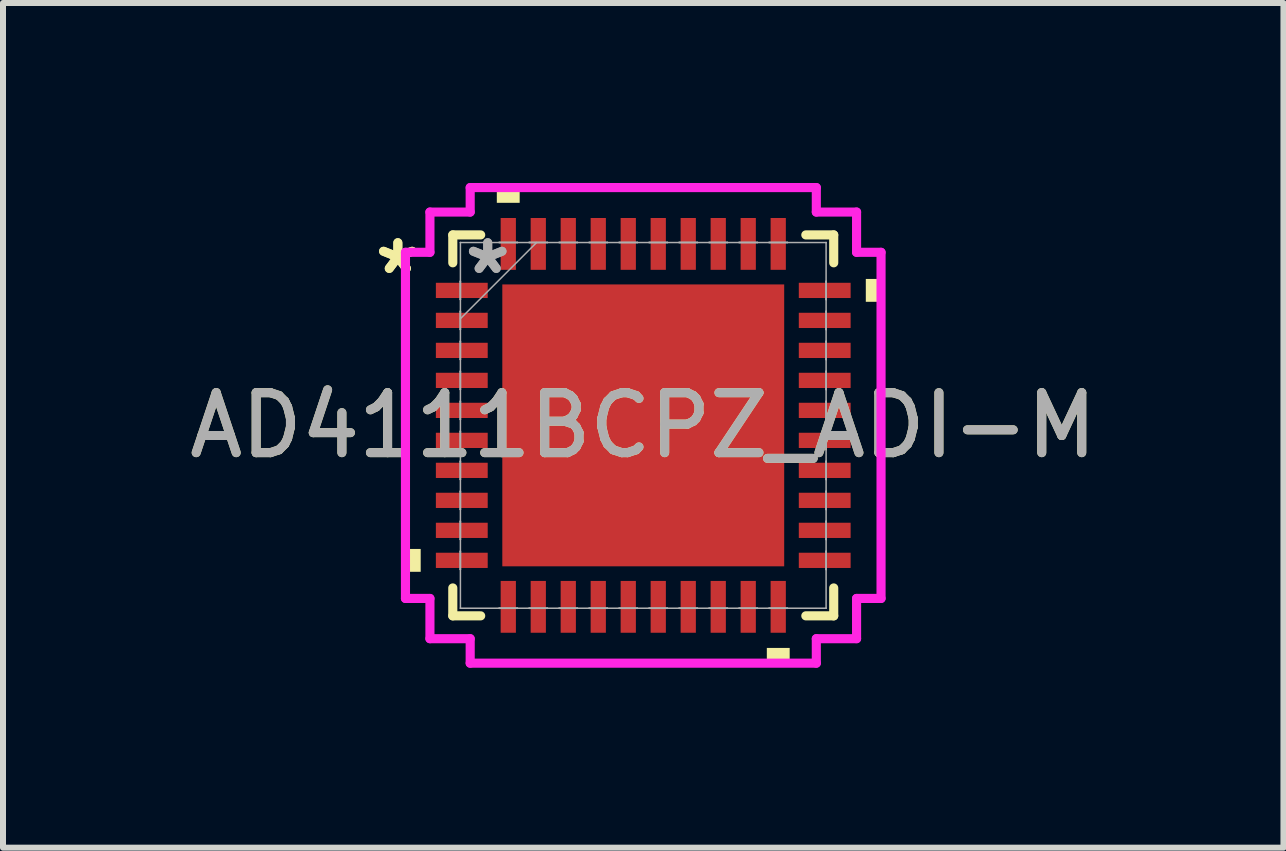
<source format=kicad_pcb>
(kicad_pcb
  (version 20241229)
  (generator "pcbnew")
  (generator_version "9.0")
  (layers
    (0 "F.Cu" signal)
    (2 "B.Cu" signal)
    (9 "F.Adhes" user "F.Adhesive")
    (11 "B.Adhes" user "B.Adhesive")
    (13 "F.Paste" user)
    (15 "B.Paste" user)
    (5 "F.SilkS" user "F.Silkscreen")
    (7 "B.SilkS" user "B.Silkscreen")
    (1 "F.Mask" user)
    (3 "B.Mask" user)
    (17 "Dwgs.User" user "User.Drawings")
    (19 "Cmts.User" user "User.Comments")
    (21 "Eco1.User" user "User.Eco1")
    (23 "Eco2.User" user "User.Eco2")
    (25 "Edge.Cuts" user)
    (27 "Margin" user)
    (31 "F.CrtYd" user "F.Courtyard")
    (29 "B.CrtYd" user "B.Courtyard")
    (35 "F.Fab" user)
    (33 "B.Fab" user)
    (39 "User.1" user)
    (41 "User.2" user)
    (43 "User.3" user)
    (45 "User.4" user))
  (footprint "AD4111BCPZ_ADI-M"
    (layer "F.Cu")
    (at 7.673 4.041)
    (property "Reference" "AD4111BCPZ_ADI-M" (at 0 0 0) (unlocked yes) (layer "F.SilkS") (effects (font (size 1 1) (thickness 0.15))))
    (attr smd)
    (fp_line (start -3.175 -3.175) (end -3.175 -2.71) (stroke (width 0.152) (type solid)) (layer "F.SilkS"))
    (fp_line (start -3.175 2.71) (end -3.175 3.175) (stroke (width 0.152) (type solid)) (layer "F.SilkS"))
    (fp_line (start -3.175 3.175) (end -2.71 3.175) (stroke (width 0.152) (type solid)) (layer "F.SilkS"))
    (fp_line (start -2.71 -3.175) (end -3.175 -3.175) (stroke (width 0.152) (type solid)) (layer "F.SilkS"))
    (fp_line (start 2.71 3.175) (end 3.175 3.175) (stroke (width 0.152) (type solid)) (layer "F.SilkS"))
    (fp_line (start 3.175 -3.175) (end 2.71 -3.175) (stroke (width 0.152) (type solid)) (layer "F.SilkS"))
    (fp_line (start 3.175 -2.71) (end 3.175 -3.175) (stroke (width 0.152) (type solid)) (layer "F.SilkS"))
    (fp_line (start 3.175 3.175) (end 3.175 2.71) (stroke (width 0.152) (type solid)) (layer "F.SilkS"))
    (fp_poly (pts (xy -3.964 2.06) (xy -3.964 2.441) (xy -3.71 2.441) (xy -3.71 2.06)) (stroke (width 0) (type solid)) (fill yes) (layer "F.SilkS"))
    (fp_poly (pts (xy -2.441 -3.71) (xy -2.441 -3.964) (xy -2.06 -3.964) (xy -2.06 -3.71)) (stroke (width 0) (type solid)) (fill yes) (layer "F.SilkS"))
    (fp_poly (pts (xy 2.06 3.71) (xy 2.06 3.964) (xy 2.441 3.964) (xy 2.441 3.71)) (stroke (width 0) (type solid)) (fill yes) (layer "F.SilkS"))
    (fp_poly (pts (xy 3.964 -2.441) (xy 3.964 -2.06) (xy 3.71 -2.06) (xy 3.71 -2.441)) (stroke (width 0) (type solid)) (fill yes) (layer "F.SilkS"))
    (fp_poly (pts (xy -2.249 -2.249) (xy -2.249 -0.883) (xy -0.883 -0.883) (xy -0.883 -2.249)) (stroke (width 0) (type solid)) (fill yes) (layer "F.Paste"))
    (fp_poly (pts (xy -2.249 -0.683) (xy -2.249 0.683) (xy -0.883 0.683) (xy -0.883 -0.683)) (stroke (width 0) (type solid)) (fill yes) (layer "F.Paste"))
    (fp_poly (pts (xy -2.249 0.883) (xy -2.249 2.249) (xy -0.883 2.249) (xy -0.883 0.883)) (stroke (width 0) (type solid)) (fill yes) (layer "F.Paste"))
    (fp_poly (pts (xy -0.683 -2.249) (xy -0.683 -0.883) (xy 0.683 -0.883) (xy 0.683 -2.249)) (stroke (width 0) (type solid)) (fill yes) (layer "F.Paste"))
    (fp_poly (pts (xy -0.683 -0.683) (xy -0.683 0.683) (xy 0.683 0.683) (xy 0.683 -0.683)) (stroke (width 0) (type solid)) (fill yes) (layer "F.Paste"))
    (fp_poly (pts (xy -0.683 0.883) (xy -0.683 2.249) (xy 0.683 2.249) (xy 0.683 0.883)) (stroke (width 0) (type solid)) (fill yes) (layer "F.Paste"))
    (fp_poly (pts (xy 0.883 -2.249) (xy 0.883 -0.883) (xy 2.249 -0.883) (xy 2.249 -2.249)) (stroke (width 0) (type solid)) (fill yes) (layer "F.Paste"))
    (fp_poly (pts (xy 0.883 -0.683) (xy 0.883 0.683) (xy 2.249 0.683) (xy 2.249 -0.683)) (stroke (width 0) (type solid)) (fill yes) (layer "F.Paste"))
    (fp_poly (pts (xy 0.883 0.883) (xy 0.883 2.249) (xy 2.249 2.249) (xy 2.249 0.883)) (stroke (width 0) (type solid)) (fill yes) (layer "F.Paste"))
    (fp_line (start -3.964 -2.885) (end -3.556 -2.885) (stroke (width 0.152) (type solid)) (layer "F.CrtYd"))
    (fp_line (start -3.964 2.885) (end -3.964 -2.885) (stroke (width 0.152) (type solid)) (layer "F.CrtYd"))
    (fp_line (start -3.556 -3.556) (end -2.885 -3.556) (stroke (width 0.152) (type solid)) (layer "F.CrtYd"))
    (fp_line (start -3.556 -2.885) (end -3.556 -3.556) (stroke (width 0.152) (type solid)) (layer "F.CrtYd"))
    (fp_line (start -3.556 2.885) (end -3.964 2.885) (stroke (width 0.152) (type solid)) (layer "F.CrtYd"))
    (fp_line (start -3.556 3.556) (end -3.556 2.885) (stroke (width 0.152) (type solid)) (layer "F.CrtYd"))
    (fp_line (start -2.885 -3.964) (end 2.885 -3.964) (stroke (width 0.152) (type solid)) (layer "F.CrtYd"))
    (fp_line (start -2.885 -3.556) (end -2.885 -3.964) (stroke (width 0.152) (type solid)) (layer "F.CrtYd"))
    (fp_line (start -2.885 3.556) (end -3.556 3.556) (stroke (width 0.152) (type solid)) (layer "F.CrtYd"))
    (fp_line (start -2.885 3.964) (end -2.885 3.556) (stroke (width 0.152) (type solid)) (layer "F.CrtYd"))
    (fp_line (start 2.885 -3.964) (end 2.885 -3.556) (stroke (width 0.152) (type solid)) (layer "F.CrtYd"))
    (fp_line (start 2.885 -3.556) (end 3.556 -3.556) (stroke (width 0.152) (type solid)) (layer "F.CrtYd"))
    (fp_line (start 2.885 3.556) (end 2.885 3.964) (stroke (width 0.152) (type solid)) (layer "F.CrtYd"))
    (fp_line (start 2.885 3.964) (end -2.885 3.964) (stroke (width 0.152) (type solid)) (layer "F.CrtYd"))
    (fp_line (start 3.556 -3.556) (end 3.556 -2.885) (stroke (width 0.152) (type solid)) (layer "F.CrtYd"))
    (fp_line (start 3.556 -2.885) (end 3.964 -2.885) (stroke (width 0.152) (type solid)) (layer "F.CrtYd"))
    (fp_line (start 3.556 2.885) (end 3.556 3.556) (stroke (width 0.152) (type solid)) (layer "F.CrtYd"))
    (fp_line (start 3.556 3.556) (end 2.885 3.556) (stroke (width 0.152) (type solid)) (layer "F.CrtYd"))
    (fp_line (start 3.964 -2.885) (end 3.964 2.885) (stroke (width 0.152) (type solid)) (layer "F.CrtYd"))
    (fp_line (start 3.964 2.885) (end 3.556 2.885) (stroke (width 0.152) (type solid)) (layer "F.CrtYd"))
    (fp_line (start -3.05 -2.402) (end -3.05 -2.098) (stroke (width 0.025) (type solid)) (layer "F.Fab"))
    (fp_line (start -3.05 -2.098) (end -3.048 -2.098) (stroke (width 0.025) (type solid)) (layer "F.Fab"))
    (fp_line (start -3.05 -1.902) (end -3.05 -1.598) (stroke (width 0.025) (type solid)) (layer "F.Fab"))
    (fp_line (start -3.05 -1.598) (end -3.048 -1.598) (stroke (width 0.025) (type solid)) (layer "F.Fab"))
    (fp_line (start -3.05 -1.402) (end -3.05 -1.098) (stroke (width 0.025) (type solid)) (layer "F.Fab"))
    (fp_line (start -3.05 -1.098) (end -3.048 -1.098) (stroke (width 0.025) (type solid)) (layer "F.Fab"))
    (fp_line (start -3.05 -0.902) (end -3.05 -0.598) (stroke (width 0.025) (type solid)) (layer "F.Fab"))
    (fp_line (start -3.05 -0.598) (end -3.048 -0.598) (stroke (width 0.025) (type solid)) (layer "F.Fab"))
    (fp_line (start -3.05 -0.402) (end -3.05 -0.098) (stroke (width 0.025) (type solid)) (layer "F.Fab"))
    (fp_line (start -3.05 -0.098) (end -3.048 -0.098) (stroke (width 0.025) (type solid)) (layer "F.Fab"))
    (fp_line (start -3.05 0.098) (end -3.05 0.402) (stroke (width 0.025) (type solid)) (layer "F.Fab"))
    (fp_line (start -3.05 0.402) (end -3.048 0.402) (stroke (width 0.025) (type solid)) (layer "F.Fab"))
    (fp_line (start -3.05 0.598) (end -3.05 0.902) (stroke (width 0.025) (type solid)) (layer "F.Fab"))
    (fp_line (start -3.05 0.902) (end -3.048 0.902) (stroke (width 0.025) (type solid)) (layer "F.Fab"))
    (fp_line (start -3.05 1.098) (end -3.05 1.402) (stroke (width 0.025) (type solid)) (layer "F.Fab"))
    (fp_line (start -3.05 1.402) (end -3.048 1.402) (stroke (width 0.025) (type solid)) (layer "F.Fab"))
    (fp_line (start -3.05 1.598) (end -3.05 1.902) (stroke (width 0.025) (type solid)) (layer "F.Fab"))
    (fp_line (start -3.05 1.902) (end -3.048 1.902) (stroke (width 0.025) (type solid)) (layer "F.Fab"))
    (fp_line (start -3.05 2.098) (end -3.05 2.402) (stroke (width 0.025) (type solid)) (layer "F.Fab"))
    (fp_line (start -3.05 2.402) (end -3.048 2.402) (stroke (width 0.025) (type solid)) (layer "F.Fab"))
    (fp_line (start -3.048 -3.048) (end -3.048 -3.048) (stroke (width 0.025) (type solid)) (layer "F.Fab"))
    (fp_line (start -3.048 -3.048) (end -3.048 3.048) (stroke (width 0.025) (type solid)) (layer "F.Fab"))
    (fp_line (start -3.048 -2.402) (end -3.05 -2.402) (stroke (width 0.025) (type solid)) (layer "F.Fab"))
    (fp_line (start -3.048 -2.098) (end -3.048 -2.402) (stroke (width 0.025) (type solid)) (layer "F.Fab"))
    (fp_line (start -3.048 -1.902) (end -3.05 -1.902) (stroke (width 0.025) (type solid)) (layer "F.Fab"))
    (fp_line (start -3.048 -1.778) (end -1.778 -3.048) (stroke (width 0.025) (type solid)) (layer "F.Fab"))
    (fp_line (start -3.048 -1.598) (end -3.048 -1.902) (stroke (width 0.025) (type solid)) (layer "F.Fab"))
    (fp_line (start -3.048 -1.402) (end -3.05 -1.402) (stroke (width 0.025) (type solid)) (layer "F.Fab"))
    (fp_line (start -3.048 -1.098) (end -3.048 -1.402) (stroke (width 0.025) (type solid)) (layer "F.Fab"))
    (fp_line (start -3.048 -0.902) (end -3.05 -0.902) (stroke (width 0.025) (type solid)) (layer "F.Fab"))
    (fp_line (start -3.048 -0.598) (end -3.048 -0.902) (stroke (width 0.025) (type solid)) (layer "F.Fab"))
    (fp_line (start -3.048 -0.402) (end -3.05 -0.402) (stroke (width 0.025) (type solid)) (layer "F.Fab"))
    (fp_line (start -3.048 -0.098) (end -3.048 -0.402) (stroke (width 0.025) (type solid)) (layer "F.Fab"))
    (fp_line (start -3.048 0.098) (end -3.05 0.098) (stroke (width 0.025) (type solid)) (layer "F.Fab"))
    (fp_line (start -3.048 0.402) (end -3.048 0.098) (stroke (width 0.025) (type solid)) (layer "F.Fab"))
    (fp_line (start -3.048 0.598) (end -3.05 0.598) (stroke (width 0.025) (type solid)) (layer "F.Fab"))
    (fp_line (start -3.048 0.902) (end -3.048 0.598) (stroke (width 0.025) (type solid)) (layer "F.Fab"))
    (fp_line (start -3.048 1.098) (end -3.05 1.098) (stroke (width 0.025) (type solid)) (layer "F.Fab"))
    (fp_line (start -3.048 1.402) (end -3.048 1.098) (stroke (width 0.025) (type solid)) (layer "F.Fab"))
    (fp_line (start -3.048 1.598) (end -3.05 1.598) (stroke (width 0.025) (type solid)) (layer "F.Fab"))
    (fp_line (start -3.048 1.902) (end -3.048 1.598) (stroke (width 0.025) (type solid)) (layer "F.Fab"))
    (fp_line (start -3.048 2.098) (end -3.05 2.098) (stroke (width 0.025) (type solid)) (layer "F.Fab"))
    (fp_line (start -3.048 2.402) (end -3.048 2.098) (stroke (width 0.025) (type solid)) (layer "F.Fab"))
    (fp_line (start -3.048 3.048) (end -3.048 3.048) (stroke (width 0.025) (type solid)) (layer "F.Fab"))
    (fp_line (start -3.048 3.048) (end 3.048 3.048) (stroke (width 0.025) (type solid)) (layer "F.Fab"))
    (fp_line (start -2.402 -3.05) (end -2.402 -3.048) (stroke (width 0.025) (type solid)) (layer "F.Fab"))
    (fp_line (start -2.402 -3.048) (end -2.098 -3.048) (stroke (width 0.025) (type solid)) (layer "F.Fab"))
    (fp_line (start -2.402 3.048) (end -2.402 3.05) (stroke (width 0.025) (type solid)) (layer "F.Fab"))
    (fp_line (start -2.402 3.05) (end -2.098 3.05) (stroke (width 0.025) (type solid)) (layer "F.Fab"))
    (fp_line (start -2.098 -3.05) (end -2.402 -3.05) (stroke (width 0.025) (type solid)) (layer "F.Fab"))
    (fp_line (start -2.098 -3.048) (end -2.098 -3.05) (stroke (width 0.025) (type solid)) (layer "F.Fab"))
    (fp_line (start -2.098 3.048) (end -2.402 3.048) (stroke (width 0.025) (type solid)) (layer "F.Fab"))
    (fp_line (start -2.098 3.05) (end -2.098 3.048) (stroke (width 0.025) (type solid)) (layer "F.Fab"))
    (fp_line (start -1.902 -3.05) (end -1.902 -3.048) (stroke (width 0.025) (type solid)) (layer "F.Fab"))
    (fp_line (start -1.902 -3.048) (end -1.598 -3.048) (stroke (width 0.025) (type solid)) (layer "F.Fab"))
    (fp_line (start -1.902 3.048) (end -1.902 3.05) (stroke (width 0.025) (type solid)) (layer "F.Fab"))
    (fp_line (start -1.902 3.05) (end -1.598 3.05) (stroke (width 0.025) (type solid)) (layer "F.Fab"))
    (fp_line (start -1.598 -3.05) (end -1.902 -3.05) (stroke (width 0.025) (type solid)) (layer "F.Fab"))
    (fp_line (start -1.598 -3.048) (end -1.598 -3.05) (stroke (width 0.025) (type solid)) (layer "F.Fab"))
    (fp_line (start -1.598 3.048) (end -1.902 3.048) (stroke (width 0.025) (type solid)) (layer "F.Fab"))
    (fp_line (start -1.598 3.05) (end -1.598 3.048) (stroke (width 0.025) (type solid)) (layer "F.Fab"))
    (fp_line (start -1.402 -3.05) (end -1.402 -3.048) (stroke (width 0.025) (type solid)) (layer "F.Fab"))
    (fp_line (start -1.402 -3.048) (end -1.098 -3.048) (stroke (width 0.025) (type solid)) (layer "F.Fab"))
    (fp_line (start -1.402 3.048) (end -1.402 3.05) (stroke (width 0.025) (type solid)) (layer "F.Fab"))
    (fp_line (start -1.402 3.05) (end -1.098 3.05) (stroke (width 0.025) (type solid)) (layer "F.Fab"))
    (fp_line (start -1.098 -3.05) (end -1.402 -3.05) (stroke (width 0.025) (type solid)) (layer "F.Fab"))
    (fp_line (start -1.098 -3.048) (end -1.098 -3.05) (stroke (width 0.025) (type solid)) (layer "F.Fab"))
    (fp_line (start -1.098 3.048) (end -1.402 3.048) (stroke (width 0.025) (type solid)) (layer "F.Fab"))
    (fp_line (start -1.098 3.05) (end -1.098 3.048) (stroke (width 0.025) (type solid)) (layer "F.Fab"))
    (fp_line (start -0.902 -3.05) (end -0.902 -3.048) (stroke (width 0.025) (type solid)) (layer "F.Fab"))
    (fp_line (start -0.902 -3.048) (end -0.598 -3.048) (stroke (width 0.025) (type solid)) (layer "F.Fab"))
    (fp_line (start -0.902 3.048) (end -0.902 3.05) (stroke (width 0.025) (type solid)) (layer "F.Fab"))
    (fp_line (start -0.902 3.05) (end -0.598 3.05) (stroke (width 0.025) (type solid)) (layer "F.Fab"))
    (fp_line (start -0.598 -3.05) (end -0.902 -3.05) (stroke (width 0.025) (type solid)) (layer "F.Fab"))
    (fp_line (start -0.598 -3.048) (end -0.598 -3.05) (stroke (width 0.025) (type solid)) (layer "F.Fab"))
    (fp_line (start -0.598 3.048) (end -0.902 3.048) (stroke (width 0.025) (type solid)) (layer "F.Fab"))
    (fp_line (start -0.598 3.05) (end -0.598 3.048) (stroke (width 0.025) (type solid)) (layer "F.Fab"))
    (fp_line (start -0.402 -3.05) (end -0.402 -3.048) (stroke (width 0.025) (type solid)) (layer "F.Fab"))
    (fp_line (start -0.402 -3.048) (end -0.098 -3.048) (stroke (width 0.025) (type solid)) (layer "F.Fab"))
    (fp_line (start -0.402 3.048) (end -0.402 3.05) (stroke (width 0.025) (type solid)) (layer "F.Fab"))
    (fp_line (start -0.402 3.05) (end -0.098 3.05) (stroke (width 0.025) (type solid)) (layer "F.Fab"))
    (fp_line (start -0.098 -3.05) (end -0.402 -3.05) (stroke (width 0.025) (type solid)) (layer "F.Fab"))
    (fp_line (start -0.098 -3.048) (end -0.098 -3.05) (stroke (width 0.025) (type solid)) (layer "F.Fab"))
    (fp_line (start -0.098 3.048) (end -0.402 3.048) (stroke (width 0.025) (type solid)) (layer "F.Fab"))
    (fp_line (start -0.098 3.05) (end -0.098 3.048) (stroke (width 0.025) (type solid)) (layer "F.Fab"))
    (fp_line (start 0.098 -3.05) (end 0.098 -3.048) (stroke (width 0.025) (type solid)) (layer "F.Fab"))
    (fp_line (start 0.098 -3.048) (end 0.402 -3.048) (stroke (width 0.025) (type solid)) (layer "F.Fab"))
    (fp_line (start 0.098 3.048) (end 0.098 3.05) (stroke (width 0.025) (type solid)) (layer "F.Fab"))
    (fp_line (start 0.098 3.05) (end 0.402 3.05) (stroke (width 0.025) (type solid)) (layer "F.Fab"))
    (fp_line (start 0.402 -3.05) (end 0.098 -3.05) (stroke (width 0.025) (type solid)) (layer "F.Fab"))
    (fp_line (start 0.402 -3.048) (end 0.402 -3.05) (stroke (width 0.025) (type solid)) (layer "F.Fab"))
    (fp_line (start 0.402 3.048) (end 0.098 3.048) (stroke (width 0.025) (type solid)) (layer "F.Fab"))
    (fp_line (start 0.402 3.05) (end 0.402 3.048) (stroke (width 0.025) (type solid)) (layer "F.Fab"))
    (fp_line (start 0.598 -3.05) (end 0.598 -3.048) (stroke (width 0.025) (type solid)) (layer "F.Fab"))
    (fp_line (start 0.598 -3.048) (end 0.902 -3.048) (stroke (width 0.025) (type solid)) (layer "F.Fab"))
    (fp_line (start 0.598 3.048) (end 0.598 3.05) (stroke (width 0.025) (type solid)) (layer "F.Fab"))
    (fp_line (start 0.598 3.05) (end 0.902 3.05) (stroke (width 0.025) (type solid)) (layer "F.Fab"))
    (fp_line (start 0.902 -3.05) (end 0.598 -3.05) (stroke (width 0.025) (type solid)) (layer "F.Fab"))
    (fp_line (start 0.902 -3.048) (end 0.902 -3.05) (stroke (width 0.025) (type solid)) (layer "F.Fab"))
    (fp_line (start 0.902 3.048) (end 0.598 3.048) (stroke (width 0.025) (type solid)) (layer "F.Fab"))
    (fp_line (start 0.902 3.05) (end 0.902 3.048) (stroke (width 0.025) (type solid)) (layer "F.Fab"))
    (fp_line (start 1.098 -3.05) (end 1.098 -3.048) (stroke (width 0.025) (type solid)) (layer "F.Fab"))
    (fp_line (start 1.098 -3.048) (end 1.402 -3.048) (stroke (width 0.025) (type solid)) (layer "F.Fab"))
    (fp_line (start 1.098 3.048) (end 1.098 3.05) (stroke (width 0.025) (type solid)) (layer "F.Fab"))
    (fp_line (start 1.098 3.05) (end 1.402 3.05) (stroke (width 0.025) (type solid)) (layer "F.Fab"))
    (fp_line (start 1.402 -3.05) (end 1.098 -3.05) (stroke (width 0.025) (type solid)) (layer "F.Fab"))
    (fp_line (start 1.402 -3.048) (end 1.402 -3.05) (stroke (width 0.025) (type solid)) (layer "F.Fab"))
    (fp_line (start 1.402 3.048) (end 1.098 3.048) (stroke (width 0.025) (type solid)) (layer "F.Fab"))
    (fp_line (start 1.402 3.05) (end 1.402 3.048) (stroke (width 0.025) (type solid)) (layer "F.Fab"))
    (fp_line (start 1.598 -3.05) (end 1.598 -3.048) (stroke (width 0.025) (type solid)) (layer "F.Fab"))
    (fp_line (start 1.598 -3.048) (end 1.902 -3.048) (stroke (width 0.025) (type solid)) (layer "F.Fab"))
    (fp_line (start 1.598 3.048) (end 1.598 3.05) (stroke (width 0.025) (type solid)) (layer "F.Fab"))
    (fp_line (start 1.598 3.05) (end 1.902 3.05) (stroke (width 0.025) (type solid)) (layer "F.Fab"))
    (fp_line (start 1.902 -3.05) (end 1.598 -3.05) (stroke (width 0.025) (type solid)) (layer "F.Fab"))
    (fp_line (start 1.902 -3.048) (end 1.902 -3.05) (stroke (width 0.025) (type solid)) (layer "F.Fab"))
    (fp_line (start 1.902 3.048) (end 1.598 3.048) (stroke (width 0.025) (type solid)) (layer "F.Fab"))
    (fp_line (start 1.902 3.05) (end 1.902 3.048) (stroke (width 0.025) (type solid)) (layer "F.Fab"))
    (fp_line (start 2.098 -3.05) (end 2.098 -3.048) (stroke (width 0.025) (type solid)) (layer "F.Fab"))
    (fp_line (start 2.098 -3.048) (end 2.402 -3.048) (stroke (width 0.025) (type solid)) (layer "F.Fab"))
    (fp_line (start 2.098 3.048) (end 2.098 3.05) (stroke (width 0.025) (type solid)) (layer "F.Fab"))
    (fp_line (start 2.098 3.05) (end 2.402 3.05) (stroke (width 0.025) (type solid)) (layer "F.Fab"))
    (fp_line (start 2.402 -3.05) (end 2.098 -3.05) (stroke (width 0.025) (type solid)) (layer "F.Fab"))
    (fp_line (start 2.402 -3.048) (end 2.402 -3.05) (stroke (width 0.025) (type solid)) (layer "F.Fab"))
    (fp_line (start 2.402 3.048) (end 2.098 3.048) (stroke (width 0.025) (type solid)) (layer "F.Fab"))
    (fp_line (start 2.402 3.05) (end 2.402 3.048) (stroke (width 0.025) (type solid)) (layer "F.Fab"))
    (fp_line (start 3.048 -3.048) (end -3.048 -3.048) (stroke (width 0.025) (type solid)) (layer "F.Fab"))
    (fp_line (start 3.048 -3.048) (end 3.048 -3.048) (stroke (width 0.025) (type solid)) (layer "F.Fab"))
    (fp_line (start 3.048 -2.402) (end 3.048 -2.098) (stroke (width 0.025) (type solid)) (layer "F.Fab"))
    (fp_line (start 3.048 -2.098) (end 3.05 -2.098) (stroke (width 0.025) (type solid)) (layer "F.Fab"))
    (fp_line (start 3.048 -1.902) (end 3.048 -1.598) (stroke (width 0.025) (type solid)) (layer "F.Fab"))
    (fp_line (start 3.048 -1.598) (end 3.05 -1.598) (stroke (width 0.025) (type solid)) (layer "F.Fab"))
    (fp_line (start 3.048 -1.402) (end 3.048 -1.098) (stroke (width 0.025) (type solid)) (layer "F.Fab"))
    (fp_line (start 3.048 -1.098) (end 3.05 -1.098) (stroke (width 0.025) (type solid)) (layer "F.Fab"))
    (fp_line (start 3.048 -0.902) (end 3.048 -0.598) (stroke (width 0.025) (type solid)) (layer "F.Fab"))
    (fp_line (start 3.048 -0.598) (end 3.05 -0.598) (stroke (width 0.025) (type solid)) (layer "F.Fab"))
    (fp_line (start 3.048 -0.402) (end 3.048 -0.098) (stroke (width 0.025) (type solid)) (layer "F.Fab"))
    (fp_line (start 3.048 -0.098) (end 3.05 -0.098) (stroke (width 0.025) (type solid)) (layer "F.Fab"))
    (fp_line (start 3.048 0.098) (end 3.048 0.402) (stroke (width 0.025) (type solid)) (layer "F.Fab"))
    (fp_line (start 3.048 0.402) (end 3.05 0.402) (stroke (width 0.025) (type solid)) (layer "F.Fab"))
    (fp_line (start 3.048 0.598) (end 3.048 0.902) (stroke (width 0.025) (type solid)) (layer "F.Fab"))
    (fp_line (start 3.048 0.902) (end 3.05 0.902) (stroke (width 0.025) (type solid)) (layer "F.Fab"))
    (fp_line (start 3.048 1.098) (end 3.048 1.402) (stroke (width 0.025) (type solid)) (layer "F.Fab"))
    (fp_line (start 3.048 1.402) (end 3.05 1.402) (stroke (width 0.025) (type solid)) (layer "F.Fab"))
    (fp_line (start 3.048 1.598) (end 3.048 1.902) (stroke (width 0.025) (type solid)) (layer "F.Fab"))
    (fp_line (start 3.048 1.902) (end 3.05 1.902) (stroke (width 0.025) (type solid)) (layer "F.Fab"))
    (fp_line (start 3.048 2.098) (end 3.048 2.402) (stroke (width 0.025) (type solid)) (layer "F.Fab"))
    (fp_line (start 3.048 2.402) (end 3.05 2.402) (stroke (width 0.025) (type solid)) (layer "F.Fab"))
    (fp_line (start 3.048 3.048) (end 3.048 -3.048) (stroke (width 0.025) (type solid)) (layer "F.Fab"))
    (fp_line (start 3.048 3.048) (end 3.048 3.048) (stroke (width 0.025) (type solid)) (layer "F.Fab"))
    (fp_line (start 3.05 -2.402) (end 3.048 -2.402) (stroke (width 0.025) (type solid)) (layer "F.Fab"))
    (fp_line (start 3.05 -2.098) (end 3.05 -2.402) (stroke (width 0.025) (type solid)) (layer "F.Fab"))
    (fp_line (start 3.05 -1.902) (end 3.048 -1.902) (stroke (width 0.025) (type solid)) (layer "F.Fab"))
    (fp_line (start 3.05 -1.598) (end 3.05 -1.902) (stroke (width 0.025) (type solid)) (layer "F.Fab"))
    (fp_line (start 3.05 -1.402) (end 3.048 -1.402) (stroke (width 0.025) (type solid)) (layer "F.Fab"))
    (fp_line (start 3.05 -1.098) (end 3.05 -1.402) (stroke (width 0.025) (type solid)) (layer "F.Fab"))
    (fp_line (start 3.05 -0.902) (end 3.048 -0.902) (stroke (width 0.025) (type solid)) (layer "F.Fab"))
    (fp_line (start 3.05 -0.598) (end 3.05 -0.902) (stroke (width 0.025) (type solid)) (layer "F.Fab"))
    (fp_line (start 3.05 -0.402) (end 3.048 -0.402) (stroke (width 0.025) (type solid)) (layer "F.Fab"))
    (fp_line (start 3.05 -0.098) (end 3.05 -0.402) (stroke (width 0.025) (type solid)) (layer "F.Fab"))
    (fp_line (start 3.05 0.098) (end 3.048 0.098) (stroke (width 0.025) (type solid)) (layer "F.Fab"))
    (fp_line (start 3.05 0.402) (end 3.05 0.098) (stroke (width 0.025) (type solid)) (layer "F.Fab"))
    (fp_line (start 3.05 0.598) (end 3.048 0.598) (stroke (width 0.025) (type solid)) (layer "F.Fab"))
    (fp_line (start 3.05 0.902) (end 3.05 0.598) (stroke (width 0.025) (type solid)) (layer "F.Fab"))
    (fp_line (start 3.05 1.098) (end 3.048 1.098) (stroke (width 0.025) (type solid)) (layer "F.Fab"))
    (fp_line (start 3.05 1.402) (end 3.05 1.098) (stroke (width 0.025) (type solid)) (layer "F.Fab"))
    (fp_line (start 3.05 1.598) (end 3.048 1.598) (stroke (width 0.025) (type solid)) (layer "F.Fab"))
    (fp_line (start 3.05 1.902) (end 3.05 1.598) (stroke (width 0.025) (type solid)) (layer "F.Fab"))
    (fp_line (start 3.05 2.098) (end 3.048 2.098) (stroke (width 0.025) (type solid)) (layer "F.Fab"))
    (fp_line (start 3.05 2.402) (end 3.05 2.098) (stroke (width 0.025) (type solid)) (layer "F.Fab"))
    (fp_text user "*" (at -4.091 -2.5 0) (unlocked yes) (layer "F.SilkS") (effects (font (size 1 1) (thickness 0.15))))
    (fp_text user "*" (at -4.091 -2.5 0) (layer "F.SilkS") (effects (font (size 1 1) (thickness 0.15))))
    (fp_text user "${REFERENCE}" (at 0 0 0) (unlocked yes) (layer "F.Fab") (effects (font (size 1 1) (thickness 0.15))))
    (fp_text user "*" (at -2.593 -2.5 0) (layer "F.Fab") (effects (font (size 1 1) (thickness 0.15))))
    (fp_text user "*" (at -2.593 -2.5 0) (unlocked yes) (layer "F.Fab") (effects (font (size 1 1) (thickness 0.15))))
    (pad "1" smd rect (at -3.025 -2.25 90) (size 0.254 0.864) (layers "F.Cu" "F.Mask" "F.Paste"))
    (pad "2" smd rect (at -3.025 -1.75 90) (size 0.254 0.864) (layers "F.Cu" "F.Mask" "F.Paste"))
    (pad "3" smd rect (at -3.025 -1.25 90) (size 0.254 0.864) (layers "F.Cu" "F.Mask" "F.Paste"))
    (pad "4" smd rect (at -3.025 -0.75 90) (size 0.254 0.864) (layers "F.Cu" "F.Mask" "F.Paste"))
    (pad "5" smd rect (at -3.025 -0.25 90) (size 0.254 0.864) (layers "F.Cu" "F.Mask" "F.Paste"))
    (pad "6" smd rect (at -3.025 0.25 90) (size 0.254 0.864) (layers "F.Cu" "F.Mask" "F.Paste"))
    (pad "7" smd rect (at -3.025 0.75 90) (size 0.254 0.864) (layers "F.Cu" "F.Mask" "F.Paste"))
    (pad "8" smd rect (at -3.025 1.25 90) (size 0.254 0.864) (layers "F.Cu" "F.Mask" "F.Paste"))
    (pad "9" smd rect (at -3.025 1.75 90) (size 0.254 0.864) (layers "F.Cu" "F.Mask" "F.Paste"))
    (pad "10" smd rect (at -3.025 2.25 90) (size 0.254 0.864) (layers "F.Cu" "F.Mask" "F.Paste"))
    (pad "11" smd rect (at -2.25 3.025) (size 0.254 0.864) (layers "F.Cu" "F.Mask" "F.Paste"))
    (pad "12" smd rect (at -1.75 3.025) (size 0.254 0.864) (layers "F.Cu" "F.Mask" "F.Paste"))
    (pad "13" smd rect (at -1.25 3.025) (size 0.254 0.864) (layers "F.Cu" "F.Mask" "F.Paste"))
    (pad "14" smd rect (at -0.75 3.025) (size 0.254 0.864) (layers "F.Cu" "F.Mask" "F.Paste"))
    (pad "15" smd rect (at -0.25 3.025) (size 0.254 0.864) (layers "F.Cu" "F.Mask" "F.Paste"))
    (pad "16" smd rect (at 0.25 3.025) (size 0.254 0.864) (layers "F.Cu" "F.Mask" "F.Paste"))
    (pad "17" smd rect (at 0.75 3.025) (size 0.254 0.864) (layers "F.Cu" "F.Mask" "F.Paste"))
    (pad "18" smd rect (at 1.25 3.025) (size 0.254 0.864) (layers "F.Cu" "F.Mask" "F.Paste"))
    (pad "19" smd rect (at 1.75 3.025) (size 0.254 0.864) (layers "F.Cu" "F.Mask" "F.Paste"))
    (pad "20" smd rect (at 2.25 3.025) (size 0.254 0.864) (layers "F.Cu" "F.Mask" "F.Paste"))
    (pad "21" smd rect (at 3.025 2.25 90) (size 0.254 0.864) (layers "F.Cu" "F.Mask" "F.Paste"))
    (pad "22" smd rect (at 3.025 1.75 90) (size 0.254 0.864) (layers "F.Cu" "F.Mask" "F.Paste"))
    (pad "23" smd rect (at 3.025 1.25 90) (size 0.254 0.864) (layers "F.Cu" "F.Mask" "F.Paste"))
    (pad "24" smd rect (at 3.025 0.75 90) (size 0.254 0.864) (layers "F.Cu" "F.Mask" "F.Paste"))
    (pad "25" smd rect (at 3.025 0.25 90) (size 0.254 0.864) (layers "F.Cu" "F.Mask" "F.Paste"))
    (pad "26" smd rect (at 3.025 -0.25 90) (size 0.254 0.864) (layers "F.Cu" "F.Mask" "F.Paste"))
    (pad "27" smd rect (at 3.025 -0.75 90) (size 0.254 0.864) (layers "F.Cu" "F.Mask" "F.Paste"))
    (pad "28" smd rect (at 3.025 -1.25 90) (size 0.254 0.864) (layers "F.Cu" "F.Mask" "F.Paste"))
    (pad "29" smd rect (at 3.025 -1.75 90) (size 0.254 0.864) (layers "F.Cu" "F.Mask" "F.Paste"))
    (pad "30" smd rect (at 3.025 -2.25 90) (size 0.254 0.864) (layers "F.Cu" "F.Mask" "F.Paste"))
    (pad "31" smd rect (at 2.25 -3.025) (size 0.254 0.864) (layers "F.Cu" "F.Mask" "F.Paste"))
    (pad "32" smd rect (at 1.75 -3.025) (size 0.254 0.864) (layers "F.Cu" "F.Mask" "F.Paste"))
    (pad "33" smd rect (at 1.25 -3.025) (size 0.254 0.864) (layers "F.Cu" "F.Mask" "F.Paste"))
    (pad "34" smd rect (at 0.75 -3.025) (size 0.254 0.864) (layers "F.Cu" "F.Mask" "F.Paste"))
    (pad "35" smd rect (at 0.25 -3.025) (size 0.254 0.864) (layers "F.Cu" "F.Mask" "F.Paste"))
    (pad "36" smd rect (at -0.25 -3.025) (size 0.254 0.864) (layers "F.Cu" "F.Mask" "F.Paste"))
    (pad "37" smd rect (at -0.75 -3.025) (size 0.254 0.864) (layers "F.Cu" "F.Mask" "F.Paste"))
    (pad "38" smd rect (at -1.25 -3.025) (size 0.254 0.864) (layers "F.Cu" "F.Mask" "F.Paste"))
    (pad "39" smd rect (at -1.75 -3.025) (size 0.254 0.864) (layers "F.Cu" "F.Mask" "F.Paste"))
    (pad "40" smd rect (at -2.25 -3.025) (size 0.254 0.864) (layers "F.Cu" "F.Mask" "F.Paste"))
    (pad "41" smd rect (at 0 0) (size 4.699 4.699) (layers "F.Cu" "F.Mask")))
  (gr_rect
    (start -3 -3)
    (end 18.345 11.081)
    (stroke (width 0.1) (type default))
    (fill no)
    (layer "Edge.Cuts")))
</source>
